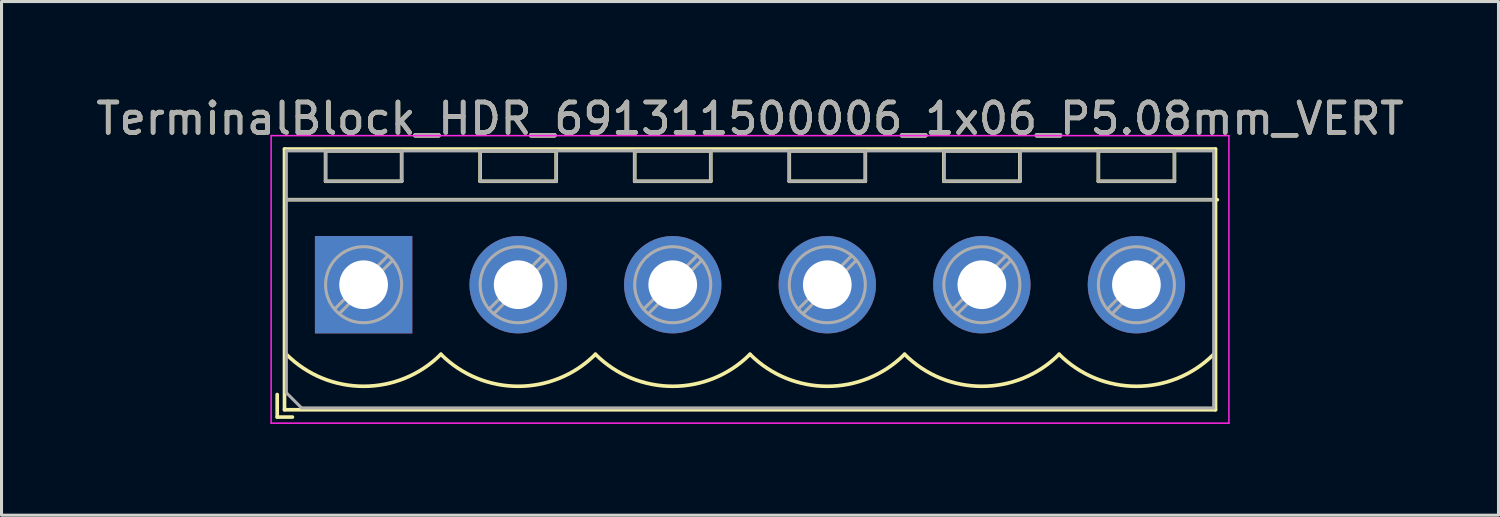
<source format=kicad_pcb>
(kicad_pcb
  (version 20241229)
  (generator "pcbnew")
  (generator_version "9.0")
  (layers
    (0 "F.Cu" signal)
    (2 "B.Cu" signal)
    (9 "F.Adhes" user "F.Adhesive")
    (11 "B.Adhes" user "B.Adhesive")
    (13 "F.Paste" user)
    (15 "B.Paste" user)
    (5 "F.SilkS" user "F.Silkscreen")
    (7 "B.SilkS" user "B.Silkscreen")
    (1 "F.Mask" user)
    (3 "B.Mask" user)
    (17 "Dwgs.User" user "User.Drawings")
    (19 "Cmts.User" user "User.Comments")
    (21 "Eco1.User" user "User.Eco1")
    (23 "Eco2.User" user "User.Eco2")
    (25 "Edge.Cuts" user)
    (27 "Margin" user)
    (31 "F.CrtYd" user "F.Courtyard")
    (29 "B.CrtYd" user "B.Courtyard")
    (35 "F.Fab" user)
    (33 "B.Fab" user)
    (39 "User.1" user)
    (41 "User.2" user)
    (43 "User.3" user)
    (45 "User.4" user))
  (footprint "TerminalBlock_HDR_691311500006_1x06_P5.08mm_VERT"
    (layer "F.Cu")
    (at 8.901 6.308)
    (property "Reference" "TerminalBlock_HDR_691311500006_1x06_P5.08mm_VERT" (at 12.7 -5.46 0) (layer "F.SilkS") (effects (font (size 1 1) (thickness 0.15))))
    (attr through_hole)
    (fp_line (start -2.84 3.61) (end -2.84 4.35) (stroke (width 0.12) (type solid)) (layer "F.SilkS"))
    (fp_line (start -2.84 4.35) (end -2.34 4.35) (stroke (width 0.12) (type solid)) (layer "F.SilkS"))
    (fp_line (start -2.6 -4.46) (end -2.6 4.11) (stroke (width 0.12) (type solid)) (layer "F.SilkS"))
    (fp_line (start -2.6 -4.46) (end 28 -4.46) (stroke (width 0.12) (type solid)) (layer "F.SilkS"))
    (fp_line (start -2.6 4.11) (end 28 4.11) (stroke (width 0.12) (type solid)) (layer "F.SilkS"))
    (fp_line (start -2.54 -2.794) (end 28.06 -2.794) (stroke (width 0.12) (type solid)) (layer "F.SilkS"))
    (fp_line (start -1.25 -4.4) (end -1.25 -3.4) (stroke (width 0.12) (type solid)) (layer "F.SilkS"))
    (fp_line (start -1.25 -4.4) (end 1.25 -4.4) (stroke (width 0.12) (type solid)) (layer "F.SilkS"))
    (fp_line (start -1.25 -3.4) (end 1.25 -3.4) (stroke (width 0.12) (type solid)) (layer "F.SilkS"))
    (fp_line (start 1.25 -4.4) (end 1.25 -3.4) (stroke (width 0.12) (type solid)) (layer "F.SilkS"))
    (fp_line (start 3.83 -4.4) (end 3.83 -3.4) (stroke (width 0.12) (type solid)) (layer "F.SilkS"))
    (fp_line (start 3.83 -4.4) (end 6.33 -4.4) (stroke (width 0.12) (type solid)) (layer "F.SilkS"))
    (fp_line (start 3.83 -3.4) (end 6.33 -3.4) (stroke (width 0.12) (type solid)) (layer "F.SilkS"))
    (fp_line (start 6.33 -4.4) (end 6.33 -3.4) (stroke (width 0.12) (type solid)) (layer "F.SilkS"))
    (fp_line (start 8.91 -4.4) (end 8.91 -3.4) (stroke (width 0.12) (type solid)) (layer "F.SilkS"))
    (fp_line (start 8.91 -4.4) (end 11.41 -4.4) (stroke (width 0.12) (type solid)) (layer "F.SilkS"))
    (fp_line (start 8.91 -3.4) (end 11.41 -3.4) (stroke (width 0.12) (type solid)) (layer "F.SilkS"))
    (fp_line (start 11.41 -4.4) (end 11.41 -3.4) (stroke (width 0.12) (type solid)) (layer "F.SilkS"))
    (fp_line (start 13.99 -4.4) (end 13.99 -3.4) (stroke (width 0.12) (type solid)) (layer "F.SilkS"))
    (fp_line (start 13.99 -4.4) (end 16.49 -4.4) (stroke (width 0.12) (type solid)) (layer "F.SilkS"))
    (fp_line (start 13.99 -3.4) (end 16.49 -3.4) (stroke (width 0.12) (type solid)) (layer "F.SilkS"))
    (fp_line (start 16.49 -4.4) (end 16.49 -3.4) (stroke (width 0.12) (type solid)) (layer "F.SilkS"))
    (fp_line (start 19.07 -4.4) (end 19.07 -3.4) (stroke (width 0.12) (type solid)) (layer "F.SilkS"))
    (fp_line (start 19.07 -4.4) (end 21.57 -4.4) (stroke (width 0.12) (type solid)) (layer "F.SilkS"))
    (fp_line (start 19.07 -3.4) (end 21.57 -3.4) (stroke (width 0.12) (type solid)) (layer "F.SilkS"))
    (fp_line (start 21.57 -4.4) (end 21.57 -3.4) (stroke (width 0.12) (type solid)) (layer "F.SilkS"))
    (fp_line (start 24.15 -4.4) (end 24.15 -3.4) (stroke (width 0.12) (type solid)) (layer "F.SilkS"))
    (fp_line (start 24.15 -4.4) (end 26.65 -4.4) (stroke (width 0.12) (type solid)) (layer "F.SilkS"))
    (fp_line (start 24.15 -3.4) (end 26.65 -3.4) (stroke (width 0.12) (type solid)) (layer "F.SilkS"))
    (fp_line (start 26.65 -4.4) (end 26.65 -3.4) (stroke (width 0.12) (type solid)) (layer "F.SilkS"))
    (fp_line (start 28 -4.46) (end 28 4.11) (stroke (width 0.12) (type solid)) (layer "F.SilkS"))
    (fp_arc (start 2.54 2.286) (mid 0 3.338102) (end -2.54 2.286) (stroke (width 0.12) (type solid)) (layer "F.SilkS"))
    (fp_arc (start 7.62 2.286) (mid 5.08 3.338102) (end 2.54 2.286) (stroke (width 0.12) (type solid)) (layer "F.SilkS"))
    (fp_arc (start 12.7 2.286) (mid 10.16 3.338102) (end 7.62 2.286) (stroke (width 0.12) (type solid)) (layer "F.SilkS"))
    (fp_arc (start 17.78 2.286) (mid 15.24 3.338102) (end 12.7 2.286) (stroke (width 0.12) (type solid)) (layer "F.SilkS"))
    (fp_arc (start 22.86 2.286) (mid 20.32 3.338102) (end 17.78 2.286) (stroke (width 0.12) (type solid)) (layer "F.SilkS"))
    (fp_arc (start 27.94 2.286) (mid 25.4 3.338102) (end 22.86 2.286) (stroke (width 0.12) (type solid)) (layer "F.SilkS"))
    (fp_line (start -3.04 -4.9) (end -3.04 4.55) (stroke (width 0.05) (type solid)) (layer "F.CrtYd"))
    (fp_line (start -3.04 4.55) (end 28.44 4.55) (stroke (width 0.05) (type solid)) (layer "F.CrtYd"))
    (fp_line (start 28.44 -4.9) (end -3.04 -4.9) (stroke (width 0.05) (type solid)) (layer "F.CrtYd"))
    (fp_line (start 28.44 4.55) (end 28.44 -4.9) (stroke (width 0.05) (type solid)) (layer "F.CrtYd"))
    (fp_line (start -2.54 -4.4) (end 27.94 -4.4) (stroke (width 0.1) (type solid)) (layer "F.Fab"))
    (fp_line (start -2.54 -2.794) (end 27.94 -2.794) (stroke (width 0.1) (type solid)) (layer "F.Fab"))
    (fp_line (start -2.54 3.55) (end -2.54 -4.4) (stroke (width 0.1) (type solid)) (layer "F.Fab"))
    (fp_line (start -2.04 4.05) (end -2.54 3.55) (stroke (width 0.1) (type solid)) (layer "F.Fab"))
    (fp_line (start -1.25 -4.4) (end -1.25 -3.4) (stroke (width 0.1) (type solid)) (layer "F.Fab"))
    (fp_line (start -1.25 -3.4) (end 1.25 -3.4) (stroke (width 0.1) (type solid)) (layer "F.Fab"))
    (fp_line (start 0.796 -0.948) (end -0.949 0.796) (stroke (width 0.1) (type solid)) (layer "F.Fab"))
    (fp_line (start 0.949 -0.796) (end -0.796 0.948) (stroke (width 0.1) (type solid)) (layer "F.Fab"))
    (fp_line (start 1.25 -4.4) (end -1.25 -4.4) (stroke (width 0.1) (type solid)) (layer "F.Fab"))
    (fp_line (start 1.25 -3.4) (end 1.25 -4.4) (stroke (width 0.1) (type solid)) (layer "F.Fab"))
    (fp_line (start 3.83 -4.4) (end 3.83 -3.4) (stroke (width 0.1) (type solid)) (layer "F.Fab"))
    (fp_line (start 3.83 -3.4) (end 6.33 -3.4) (stroke (width 0.1) (type solid)) (layer "F.Fab"))
    (fp_line (start 5.876 -0.948) (end 4.132 0.796) (stroke (width 0.1) (type solid)) (layer "F.Fab"))
    (fp_line (start 6.029 -0.796) (end 4.285 0.948) (stroke (width 0.1) (type solid)) (layer "F.Fab"))
    (fp_line (start 6.33 -4.4) (end 3.83 -4.4) (stroke (width 0.1) (type solid)) (layer "F.Fab"))
    (fp_line (start 6.33 -3.4) (end 6.33 -4.4) (stroke (width 0.1) (type solid)) (layer "F.Fab"))
    (fp_line (start 8.91 -4.4) (end 8.91 -3.4) (stroke (width 0.1) (type solid)) (layer "F.Fab"))
    (fp_line (start 8.91 -3.4) (end 11.41 -3.4) (stroke (width 0.1) (type solid)) (layer "F.Fab"))
    (fp_line (start 10.956 -0.948) (end 9.212 0.796) (stroke (width 0.1) (type solid)) (layer "F.Fab"))
    (fp_line (start 11.109 -0.796) (end 9.365 0.948) (stroke (width 0.1) (type solid)) (layer "F.Fab"))
    (fp_line (start 11.41 -4.4) (end 8.91 -4.4) (stroke (width 0.1) (type solid)) (layer "F.Fab"))
    (fp_line (start 11.41 -3.4) (end 11.41 -4.4) (stroke (width 0.1) (type solid)) (layer "F.Fab"))
    (fp_line (start 13.99 -4.4) (end 13.99 -3.4) (stroke (width 0.1) (type solid)) (layer "F.Fab"))
    (fp_line (start 13.99 -3.4) (end 16.49 -3.4) (stroke (width 0.1) (type solid)) (layer "F.Fab"))
    (fp_line (start 16.036 -0.948) (end 14.292 0.796) (stroke (width 0.1) (type solid)) (layer "F.Fab"))
    (fp_line (start 16.189 -0.796) (end 14.445 0.948) (stroke (width 0.1) (type solid)) (layer "F.Fab"))
    (fp_line (start 16.49 -4.4) (end 13.99 -4.4) (stroke (width 0.1) (type solid)) (layer "F.Fab"))
    (fp_line (start 16.49 -3.4) (end 16.49 -4.4) (stroke (width 0.1) (type solid)) (layer "F.Fab"))
    (fp_line (start 19.07 -4.4) (end 19.07 -3.4) (stroke (width 0.1) (type solid)) (layer "F.Fab"))
    (fp_line (start 19.07 -3.4) (end 21.57 -3.4) (stroke (width 0.1) (type solid)) (layer "F.Fab"))
    (fp_line (start 21.116 -0.948) (end 19.372 0.796) (stroke (width 0.1) (type solid)) (layer "F.Fab"))
    (fp_line (start 21.269 -0.796) (end 19.525 0.948) (stroke (width 0.1) (type solid)) (layer "F.Fab"))
    (fp_line (start 21.57 -4.4) (end 19.07 -4.4) (stroke (width 0.1) (type solid)) (layer "F.Fab"))
    (fp_line (start 21.57 -3.4) (end 21.57 -4.4) (stroke (width 0.1) (type solid)) (layer "F.Fab"))
    (fp_line (start 24.15 -4.4) (end 24.15 -3.4) (stroke (width 0.1) (type solid)) (layer "F.Fab"))
    (fp_line (start 24.15 -3.4) (end 26.65 -3.4) (stroke (width 0.1) (type solid)) (layer "F.Fab"))
    (fp_line (start 26.196 -0.948) (end 24.452 0.796) (stroke (width 0.1) (type solid)) (layer "F.Fab"))
    (fp_line (start 26.349 -0.796) (end 24.605 0.948) (stroke (width 0.1) (type solid)) (layer "F.Fab"))
    (fp_line (start 26.65 -4.4) (end 24.15 -4.4) (stroke (width 0.1) (type solid)) (layer "F.Fab"))
    (fp_line (start 26.65 -3.4) (end 26.65 -4.4) (stroke (width 0.1) (type solid)) (layer "F.Fab"))
    (fp_line (start 27.94 -4.4) (end 27.94 4.05) (stroke (width 0.1) (type solid)) (layer "F.Fab"))
    (fp_line (start 27.94 4.05) (end -2.04 4.05) (stroke (width 0.1) (type solid)) (layer "F.Fab"))
    (fp_circle (center 0 0) (end 1.25 0) (stroke (width 0.1) (type solid)) (fill no) (layer "F.Fab"))
    (fp_circle (center 5.08 0) (end 6.33 0) (stroke (width 0.1) (type solid)) (fill no) (layer "F.Fab"))
    (fp_circle (center 10.16 0) (end 11.41 0) (stroke (width 0.1) (type solid)) (fill no) (layer "F.Fab"))
    (fp_circle (center 15.24 0) (end 16.49 0) (stroke (width 0.1) (type solid)) (fill no) (layer "F.Fab"))
    (fp_circle (center 20.32 0) (end 21.57 0) (stroke (width 0.1) (type solid)) (fill no) (layer "F.Fab"))
    (fp_circle (center 25.4 0) (end 26.65 0) (stroke (width 0.1) (type solid)) (fill no) (layer "F.Fab"))
    (fp_text user "${REFERENCE}" (at 12.7 -5.46 0) (layer "F.Fab") (effects (font (size 1 1) (thickness 0.15))))
    (pad "1" thru_hole rect (at 0 0) (size 3.2 3.2) (drill 1.6) (layers "*.Cu" "*.Mask"))
    (pad "2" thru_hole circle (at 5.08 0) (size 3.2 3.2) (drill 1.6) (layers "*.Cu" "*.Mask"))
    (pad "3" thru_hole circle (at 10.16 0) (size 3.2 3.2) (drill 1.6) (layers "*.Cu" "*.Mask"))
    (pad "4" thru_hole circle (at 15.24 0) (size 3.2 3.2) (drill 1.6) (layers "*.Cu" "*.Mask"))
    (pad "5" thru_hole circle (at 20.32 0) (size 3.2 3.2) (drill 1.6) (layers "*.Cu" "*.Mask"))
    (pad "6" thru_hole circle (at 25.4 0) (size 3.2 3.2) (drill 1.6) (layers "*.Cu" "*.Mask")))
  (gr_rect
    (start -3 -3)
    (end 46.202 13.883)
    (stroke (width 0.1) (type default))
    (fill no)
    (layer "Edge.Cuts")))
</source>
